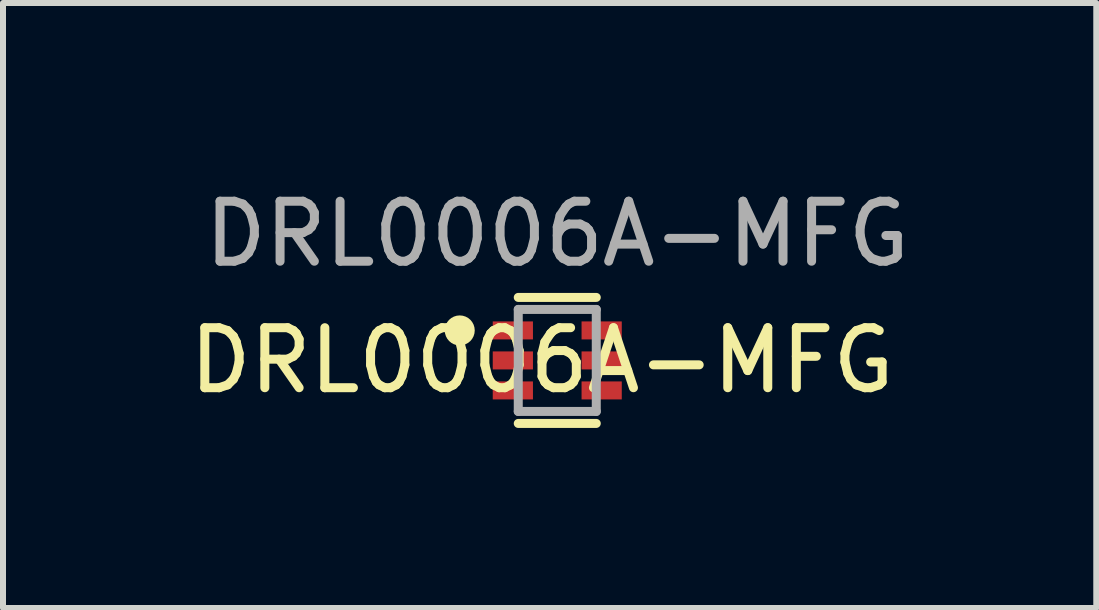
<source format=kicad_pcb>
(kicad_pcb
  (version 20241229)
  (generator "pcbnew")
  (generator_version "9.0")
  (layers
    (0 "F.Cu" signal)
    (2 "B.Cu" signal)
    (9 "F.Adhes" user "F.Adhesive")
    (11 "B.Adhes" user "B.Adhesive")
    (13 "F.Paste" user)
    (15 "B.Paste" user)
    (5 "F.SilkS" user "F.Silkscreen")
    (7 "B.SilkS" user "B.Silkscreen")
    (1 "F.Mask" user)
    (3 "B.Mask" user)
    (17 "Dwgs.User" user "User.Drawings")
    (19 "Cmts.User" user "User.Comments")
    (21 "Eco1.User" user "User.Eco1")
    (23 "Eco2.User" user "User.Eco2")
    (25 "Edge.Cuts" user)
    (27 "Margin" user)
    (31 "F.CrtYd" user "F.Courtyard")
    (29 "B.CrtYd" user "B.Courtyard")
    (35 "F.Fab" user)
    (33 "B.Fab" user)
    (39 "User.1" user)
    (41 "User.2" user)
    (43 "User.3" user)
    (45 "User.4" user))
  (footprint "DRL0006A-MFG"
    (layer "F.Cu")
    (at 6.236 2.956)
    (property "Reference" "DRL0006A-MFG" (at -0.254 0 0) (unlocked yes) (layer "F.SilkS") (effects (font (size 1 1) (thickness 0.15))))
    (attr smd)
    (fp_line (start -0.65 -1.05) (end 0.65 -1.05) (stroke (width 0.15) (type solid)) (layer "F.SilkS"))
    (fp_line (start -0.65 1.05) (end 0.65 1.05) (stroke (width 0.15) (type solid)) (layer "F.SilkS"))
    (fp_circle (center -1.625 -0.5) (end -1.5 -0.5) (stroke (width 0.25) (type solid)) (fill no) (layer "F.SilkS"))
    (fp_line (start -0.65 -0.85) (end 0.65 -0.85) (stroke (width 0.15) (type solid)) (layer "F.Fab"))
    (fp_line (start -0.65 0.85) (end -0.65 -0.85) (stroke (width 0.15) (type solid)) (layer "F.Fab"))
    (fp_line (start -0.65 0.85) (end 0.65 0.85) (stroke (width 0.15) (type solid)) (layer "F.Fab"))
    (fp_line (start 0.65 0.85) (end 0.65 -0.85) (stroke (width 0.15) (type solid)) (layer "F.Fab"))
    (fp_text user "${REFERENCE}" (at 0 -2.108 0) (unlocked yes) (layer "F.Fab") (effects (font (size 1 1) (thickness 0.15))))
    (pad "1" smd rect (at -0.74 -0.5) (size 0.67 0.3) (layers "F.Cu" "F.Mask" "F.Paste"))
    (pad "2" smd rect (at -0.74 0) (size 0.67 0.3) (layers "F.Cu" "F.Mask" "F.Paste"))
    (pad "3" smd rect (at -0.74 0.5) (size 0.67 0.3) (layers "F.Cu" "F.Mask" "F.Paste"))
    (pad "4" smd rect (at 0.74 0.5) (size 0.67 0.3) (layers "F.Cu" "F.Mask" "F.Paste"))
    (pad "5" smd rect (at 0.74 0) (size 0.67 0.3) (layers "F.Cu" "F.Mask" "F.Paste"))
    (pad "6" smd rect (at 0.74 -0.5) (size 0.67 0.3) (layers "F.Cu" "F.Mask" "F.Paste")))
  (gr_rect
    (start -3 -3)
    (end 15.218 7.081)
    (stroke (width 0.1) (type default))
    (fill no)
    (layer "Edge.Cuts")))
</source>
